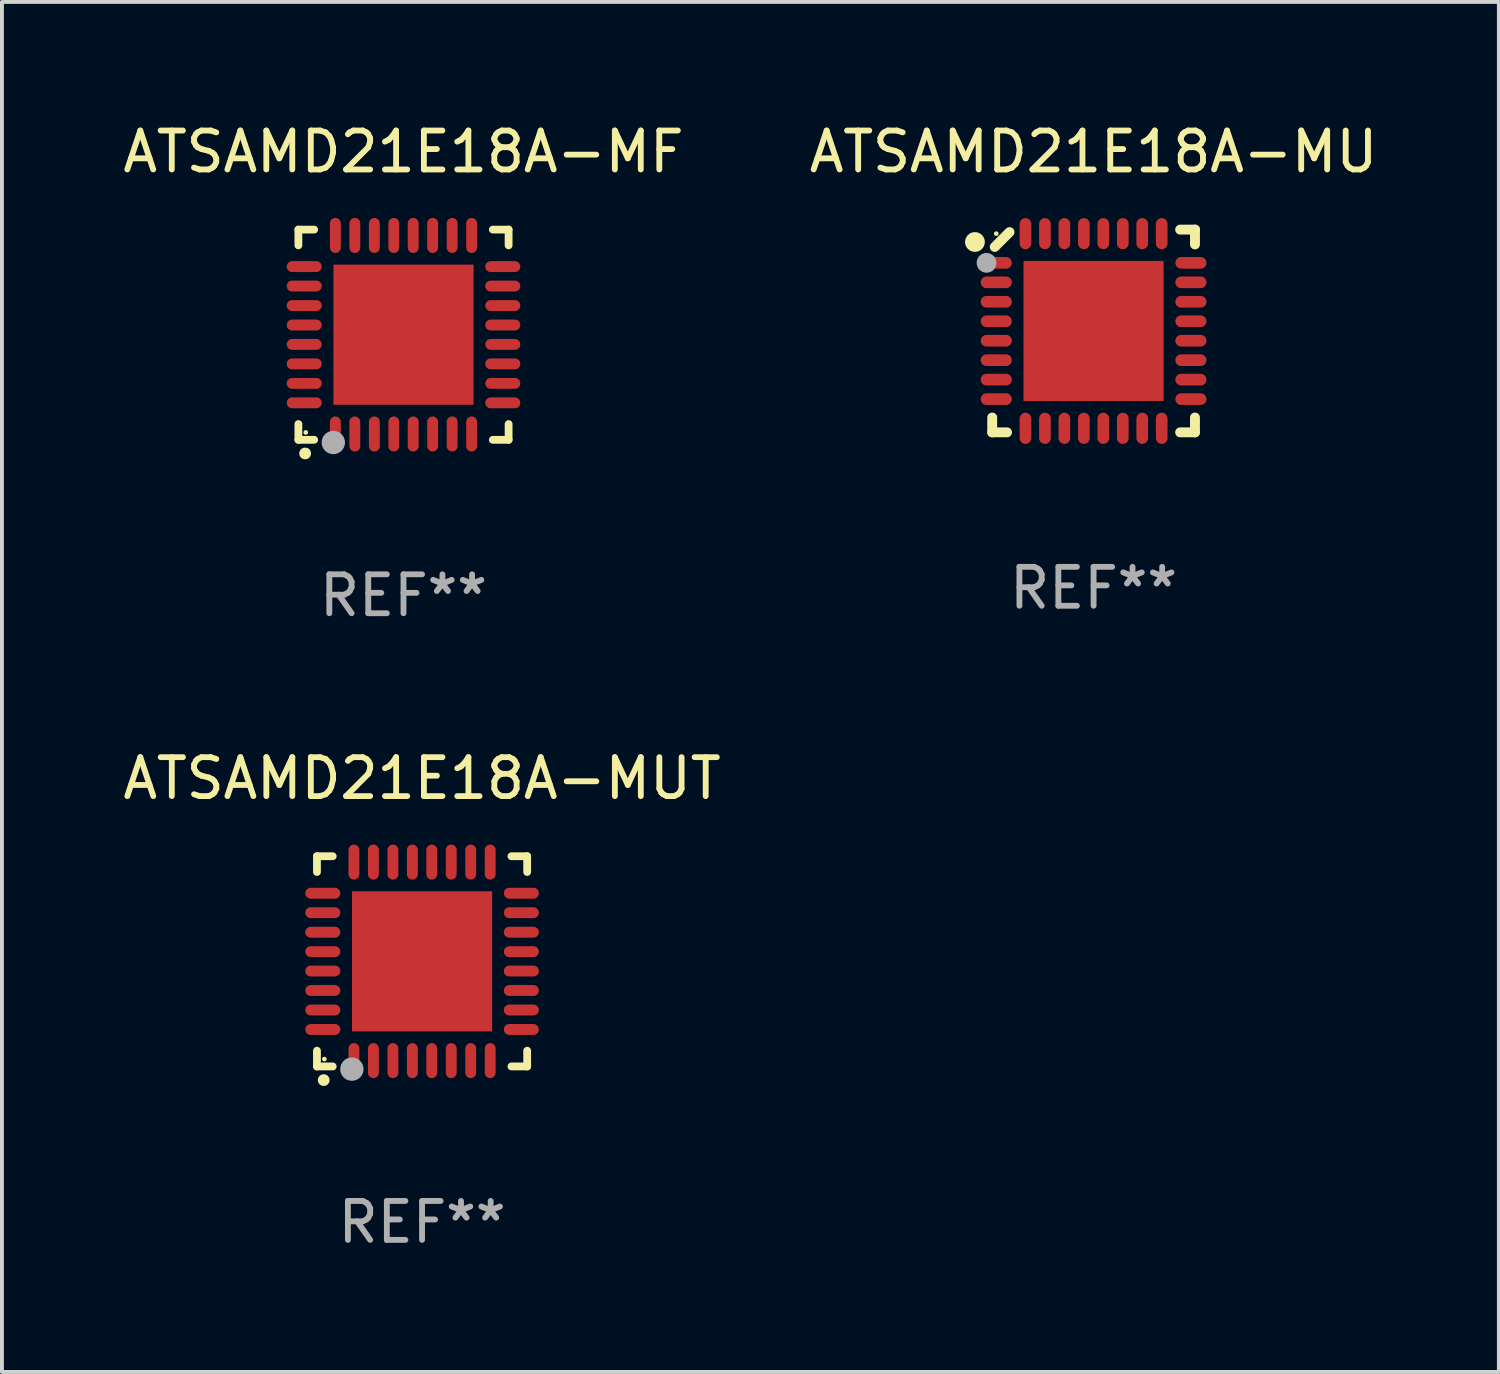
<source format=kicad_pcb>
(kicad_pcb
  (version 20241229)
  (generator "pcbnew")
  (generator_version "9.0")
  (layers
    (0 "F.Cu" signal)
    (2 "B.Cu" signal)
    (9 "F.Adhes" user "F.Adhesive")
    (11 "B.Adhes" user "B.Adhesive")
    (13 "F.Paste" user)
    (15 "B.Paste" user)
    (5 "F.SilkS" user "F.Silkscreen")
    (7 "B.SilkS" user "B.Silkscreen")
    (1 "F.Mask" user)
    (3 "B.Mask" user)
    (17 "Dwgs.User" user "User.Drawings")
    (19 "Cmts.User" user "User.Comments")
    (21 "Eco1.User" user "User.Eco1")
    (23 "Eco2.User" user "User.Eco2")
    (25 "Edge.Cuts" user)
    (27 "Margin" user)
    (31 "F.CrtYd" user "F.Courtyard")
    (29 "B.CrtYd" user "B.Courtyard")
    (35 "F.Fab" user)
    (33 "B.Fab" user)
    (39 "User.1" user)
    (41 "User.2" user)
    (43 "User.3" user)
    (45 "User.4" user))
  (footprint "ATSAMD21E18A-MUT"
    (layer "F.Cu")
    (at 7.792 21.645)
    (property "Reference" "ATSAMD21E18A-MUT" (at 0 -4.7 0) (layer "F.SilkS") (effects (font (size 1 1) (thickness 0.15))))
    (attr through_hole)
    (fp_line (start -2.7 -2.7) (end -2.295 -2.7) (stroke (width 0.2) (type solid)) (layer "F.SilkS"))
    (fp_line (start -2.7 -2.295) (end -2.7 -2.7) (stroke (width 0.2) (type solid)) (layer "F.SilkS"))
    (fp_line (start -2.7 2.7) (end -2.7 2.295) (stroke (width 0.2) (type solid)) (layer "F.SilkS"))
    (fp_line (start -2.295 2.7) (end -2.7 2.7) (stroke (width 0.2) (type solid)) (layer "F.SilkS"))
    (fp_line (start 2.295 2.7) (end 2.7 2.7) (stroke (width 0.2) (type solid)) (layer "F.SilkS"))
    (fp_line (start 2.7 -2.7) (end 2.295 -2.7) (stroke (width 0.2) (type solid)) (layer "F.SilkS"))
    (fp_line (start 2.7 -2.295) (end 2.7 -2.7) (stroke (width 0.2) (type solid)) (layer "F.SilkS"))
    (fp_line (start 2.7 2.7) (end 2.7 2.295) (stroke (width 0.2) (type solid)) (layer "F.SilkS"))
    (fp_arc (start -2.527889 3.050546) (mid -2.526619 3.050541) (end -2.525349 3.050546) (stroke (width 0.3) (type solid)) (layer "F.SilkS"))
    (fp_circle (center -2.51 2.51) (end -2.48 2.51) (stroke (width 0.06) (type solid)) (fill no) (layer "F.SilkS"))
    (fp_circle (center -1.803 2.769) (end -1.653 2.769) (stroke (width 0.3) (type solid)) (fill no) (layer "F.Fab"))
    (fp_text user "REF**" (at 0 6.7 0) (layer "F.Fab") (effects (font (size 1 1) (thickness 0.15))))
    (pad "1" smd oval (at -1.75 2.55) (size 0.28 0.9) (layers "F.Cu" "F.Mask" "F.Paste"))
    (pad "2" smd oval (at -1.25 2.55) (size 0.28 0.9) (layers "F.Cu" "F.Mask" "F.Paste"))
    (pad "3" smd oval (at -0.749 2.55) (size 0.28 0.9) (layers "F.Cu" "F.Mask" "F.Paste"))
    (pad "4" smd oval (at -0.249 2.55) (size 0.28 0.9) (layers "F.Cu" "F.Mask" "F.Paste"))
    (pad "5" smd oval (at 0.249 2.55) (size 0.28 0.9) (layers "F.Cu" "F.Mask" "F.Paste"))
    (pad "6" smd oval (at 0.749 2.55) (size 0.28 0.9) (layers "F.Cu" "F.Mask" "F.Paste"))
    (pad "7" smd oval (at 1.25 2.55) (size 0.28 0.9) (layers "F.Cu" "F.Mask" "F.Paste"))
    (pad "8" smd oval (at 1.75 2.55) (size 0.28 0.9) (layers "F.Cu" "F.Mask" "F.Paste"))
    (pad "9" smd oval (at 2.55 1.75) (size 0.9 0.28) (layers "F.Cu" "F.Mask" "F.Paste"))
    (pad "10" smd oval (at 2.55 1.25) (size 0.9 0.28) (layers "F.Cu" "F.Mask" "F.Paste"))
    (pad "11" smd oval (at 2.55 0.749) (size 0.9 0.28) (layers "F.Cu" "F.Mask" "F.Paste"))
    (pad "12" smd oval (at 2.55 0.249) (size 0.9 0.28) (layers "F.Cu" "F.Mask" "F.Paste"))
    (pad "13" smd oval (at 2.55 -0.249) (size 0.9 0.28) (layers "F.Cu" "F.Mask" "F.Paste"))
    (pad "14" smd oval (at 2.55 -0.749) (size 0.9 0.28) (layers "F.Cu" "F.Mask" "F.Paste"))
    (pad "15" smd oval (at 2.55 -1.25) (size 0.9 0.28) (layers "F.Cu" "F.Mask" "F.Paste"))
    (pad "16" smd oval (at 2.55 -1.75) (size 0.9 0.28) (layers "F.Cu" "F.Mask" "F.Paste"))
    (pad "17" smd oval (at 1.75 -2.55) (size 0.28 0.9) (layers "F.Cu" "F.Mask" "F.Paste"))
    (pad "18" smd oval (at 1.25 -2.55) (size 0.28 0.9) (layers "F.Cu" "F.Mask" "F.Paste"))
    (pad "19" smd oval (at 0.749 -2.55) (size 0.28 0.9) (layers "F.Cu" "F.Mask" "F.Paste"))
    (pad "20" smd oval (at 0.249 -2.55) (size 0.28 0.9) (layers "F.Cu" "F.Mask" "F.Paste"))
    (pad "21" smd oval (at -0.249 -2.55) (size 0.28 0.9) (layers "F.Cu" "F.Mask" "F.Paste"))
    (pad "22" smd oval (at -0.749 -2.55) (size 0.28 0.9) (layers "F.Cu" "F.Mask" "F.Paste"))
    (pad "23" smd oval (at -1.25 -2.55) (size 0.28 0.9) (layers "F.Cu" "F.Mask" "F.Paste"))
    (pad "24" smd oval (at -1.75 -2.55) (size 0.28 0.9) (layers "F.Cu" "F.Mask" "F.Paste"))
    (pad "25" smd oval (at -2.55 -1.75) (size 0.9 0.28) (layers "F.Cu" "F.Mask" "F.Paste"))
    (pad "26" smd oval (at -2.55 -1.25) (size 0.9 0.28) (layers "F.Cu" "F.Mask" "F.Paste"))
    (pad "27" smd oval (at -2.55 -0.749) (size 0.9 0.28) (layers "F.Cu" "F.Mask" "F.Paste"))
    (pad "28" smd oval (at -2.55 -0.249) (size 0.9 0.28) (layers "F.Cu" "F.Mask" "F.Paste"))
    (pad "29" smd oval (at -2.55 0.249) (size 0.9 0.28) (layers "F.Cu" "F.Mask" "F.Paste"))
    (pad "30" smd oval (at -2.55 0.749) (size 0.9 0.28) (layers "F.Cu" "F.Mask" "F.Paste"))
    (pad "31" smd oval (at -2.55 1.25) (size 0.9 0.28) (layers "F.Cu" "F.Mask" "F.Paste"))
    (pad "32" smd oval (at -2.55 1.75) (size 0.9 0.28) (layers "F.Cu" "F.Mask" "F.Paste"))
    (pad "33" smd rect (at 0.000203 -0.000102) (size 3.6 3.6) (layers "F.Cu" "F.Mask" "F.Paste")))
  (footprint "ATSAMD21E18A-MU"
    (layer "F.Cu")
    (at 25.042 5.452)
    (property "Reference" "ATSAMD21E18A-MU" (at 0 -4.604 0) (layer "F.SilkS") (effects (font (size 1 1) (thickness 0.15))))
    (attr through_hole)
    (fp_line (start -2.604 2.223) (end -2.604 2.604) (stroke (width 0.254) (type solid)) (layer "F.SilkS"))
    (fp_line (start -2.604 2.604) (end -2.223 2.604) (stroke (width 0.254) (type solid)) (layer "F.SilkS"))
    (fp_line (start -2.159 -2.54) (end -2.54 -2.159) (stroke (width 0.254) (type solid)) (layer "F.SilkS"))
    (fp_line (start 2.223 2.604) (end 2.604 2.604) (stroke (width 0.254) (type solid)) (layer "F.SilkS"))
    (fp_line (start 2.604 -2.604) (end 2.223 -2.604) (stroke (width 0.254) (type solid)) (layer "F.SilkS"))
    (fp_line (start 2.604 -2.223) (end 2.604 -2.604) (stroke (width 0.254) (type solid)) (layer "F.SilkS"))
    (fp_line (start 2.604 2.604) (end 2.604 2.223) (stroke (width 0.254) (type solid)) (layer "F.SilkS"))
    (fp_circle (center -3.048 -2.286) (end -2.921 -2.286) (stroke (width 0.254) (type solid)) (fill no) (layer "F.SilkS"))
    (fp_circle (center -2.5 -2.5) (end -2.47 -2.5) (stroke (width 0.06) (type solid)) (fill no) (layer "F.SilkS"))
    (fp_circle (center -2.75 -1.75) (end -2.623 -1.75) (stroke (width 0.254) (type solid)) (fill no) (layer "F.Fab"))
    (fp_text user "REF**" (at 0 6.604 0) (layer "F.Fab") (effects (font (size 1 1) (thickness 0.15))))
    (pad "1" smd oval (at -2.5 -1.75) (size 0.8 0.3) (layers "F.Cu" "F.Mask" "F.Paste"))
    (pad "2" smd oval (at -2.5 -1.25) (size 0.8 0.3) (layers "F.Cu" "F.Mask" "F.Paste"))
    (pad "3" smd oval (at -2.5 -0.75) (size 0.8 0.3) (layers "F.Cu" "F.Mask" "F.Paste"))
    (pad "4" smd oval (at -2.5 -0.25) (size 0.8 0.3) (layers "F.Cu" "F.Mask" "F.Paste"))
    (pad "5" smd oval (at -2.5 0.25) (size 0.8 0.3) (layers "F.Cu" "F.Mask" "F.Paste"))
    (pad "6" smd oval (at -2.5 0.75) (size 0.8 0.3) (layers "F.Cu" "F.Mask" "F.Paste"))
    (pad "7" smd oval (at -2.5 1.25) (size 0.8 0.3) (layers "F.Cu" "F.Mask" "F.Paste"))
    (pad "8" smd oval (at -2.5 1.75) (size 0.8 0.3) (layers "F.Cu" "F.Mask" "F.Paste"))
    (pad "9" smd oval (at -1.75 2.5) (size 0.3 0.8) (layers "F.Cu" "F.Mask" "F.Paste"))
    (pad "10" smd oval (at -1.25 2.5) (size 0.3 0.8) (layers "F.Cu" "F.Mask" "F.Paste"))
    (pad "11" smd oval (at -0.75 2.5) (size 0.3 0.8) (layers "F.Cu" "F.Mask" "F.Paste"))
    (pad "12" smd oval (at -0.25 2.5) (size 0.3 0.8) (layers "F.Cu" "F.Mask" "F.Paste"))
    (pad "13" smd oval (at 0.25 2.5) (size 0.3 0.8) (layers "F.Cu" "F.Mask" "F.Paste"))
    (pad "14" smd oval (at 0.75 2.5) (size 0.3 0.8) (layers "F.Cu" "F.Mask" "F.Paste"))
    (pad "15" smd oval (at 1.25 2.5) (size 0.3 0.8) (layers "F.Cu" "F.Mask" "F.Paste"))
    (pad "16" smd oval (at 1.75 2.5) (size 0.3 0.8) (layers "F.Cu" "F.Mask" "F.Paste"))
    (pad "17" smd oval (at 2.5 1.75) (size 0.8 0.3) (layers "F.Cu" "F.Mask" "F.Paste"))
    (pad "18" smd oval (at 2.5 1.25) (size 0.8 0.3) (layers "F.Cu" "F.Mask" "F.Paste"))
    (pad "19" smd oval (at 2.5 0.75) (size 0.8 0.3) (layers "F.Cu" "F.Mask" "F.Paste"))
    (pad "20" smd oval (at 2.5 0.25) (size 0.8 0.3) (layers "F.Cu" "F.Mask" "F.Paste"))
    (pad "21" smd oval (at 2.5 -0.25) (size 0.8 0.3) (layers "F.Cu" "F.Mask" "F.Paste"))
    (pad "22" smd oval (at 2.5 -0.75) (size 0.8 0.3) (layers "F.Cu" "F.Mask" "F.Paste"))
    (pad "23" smd oval (at 2.5 -1.25) (size 0.8 0.3) (layers "F.Cu" "F.Mask" "F.Paste"))
    (pad "24" smd oval (at 2.5 -1.75) (size 0.8 0.3) (layers "F.Cu" "F.Mask" "F.Paste"))
    (pad "25" smd oval (at 1.75 -2.5) (size 0.3 0.8) (layers "F.Cu" "F.Mask" "F.Paste"))
    (pad "26" smd oval (at 1.25 -2.5) (size 0.3 0.8) (layers "F.Cu" "F.Mask" "F.Paste"))
    (pad "27" smd oval (at 0.75 -2.5) (size 0.3 0.8) (layers "F.Cu" "F.Mask" "F.Paste"))
    (pad "28" smd oval (at 0.25 -2.5) (size 0.3 0.8) (layers "F.Cu" "F.Mask" "F.Paste"))
    (pad "29" smd oval (at -0.25 -2.5) (size 0.3 0.8) (layers "F.Cu" "F.Mask" "F.Paste"))
    (pad "30" smd oval (at -0.75 -2.5) (size 0.3 0.8) (layers "F.Cu" "F.Mask" "F.Paste"))
    (pad "31" smd oval (at -1.25 -2.5) (size 0.3 0.8) (layers "F.Cu" "F.Mask" "F.Paste"))
    (pad "32" smd oval (at -1.75 -2.5) (size 0.3 0.8) (layers "F.Cu" "F.Mask" "F.Paste"))
    (pad "33" smd rect (at -0.000076 0) (size 3.6 3.6) (layers "F.Cu" "F.Mask" "F.Paste")))
  (footprint "ATSAMD21E18A-MF"
    (layer "F.Cu")
    (at 7.315 5.548)
    (property "Reference" "ATSAMD21E18A-MF" (at 0 -4.7 0) (layer "F.SilkS") (effects (font (size 1 1) (thickness 0.15))))
    (attr through_hole)
    (fp_line (start -2.7 -2.7) (end -2.295 -2.7) (stroke (width 0.2) (type solid)) (layer "F.SilkS"))
    (fp_line (start -2.7 -2.295) (end -2.7 -2.7) (stroke (width 0.2) (type solid)) (layer "F.SilkS"))
    (fp_line (start -2.7 2.7) (end -2.7 2.295) (stroke (width 0.2) (type solid)) (layer "F.SilkS"))
    (fp_line (start -2.295 2.7) (end -2.7 2.7) (stroke (width 0.2) (type solid)) (layer "F.SilkS"))
    (fp_line (start 2.295 2.7) (end 2.7 2.7) (stroke (width 0.2) (type solid)) (layer "F.SilkS"))
    (fp_line (start 2.7 -2.7) (end 2.295 -2.7) (stroke (width 0.2) (type solid)) (layer "F.SilkS"))
    (fp_line (start 2.7 -2.295) (end 2.7 -2.7) (stroke (width 0.2) (type solid)) (layer "F.SilkS"))
    (fp_line (start 2.7 2.7) (end 2.7 2.295) (stroke (width 0.2) (type solid)) (layer "F.SilkS"))
    (fp_arc (start -2.527889 3.050546) (mid -2.526619 3.050541) (end -2.525349 3.050546) (stroke (width 0.3) (type solid)) (layer "F.SilkS"))
    (fp_circle (center -2.51 2.51) (end -2.48 2.51) (stroke (width 0.06) (type solid)) (fill no) (layer "F.SilkS"))
    (fp_circle (center -1.803 2.769) (end -1.653 2.769) (stroke (width 0.3) (type solid)) (fill no) (layer "F.Fab"))
    (fp_text user "REF**" (at 0 6.7 0) (layer "F.Fab") (effects (font (size 1 1) (thickness 0.15))))
    (pad "1" smd oval (at -1.75 2.55) (size 0.28 0.9) (layers "F.Cu" "F.Mask" "F.Paste"))
    (pad "2" smd oval (at -1.25 2.55) (size 0.28 0.9) (layers "F.Cu" "F.Mask" "F.Paste"))
    (pad "3" smd oval (at -0.749 2.55) (size 0.28 0.9) (layers "F.Cu" "F.Mask" "F.Paste"))
    (pad "4" smd oval (at -0.249 2.55) (size 0.28 0.9) (layers "F.Cu" "F.Mask" "F.Paste"))
    (pad "5" smd oval (at 0.249 2.55) (size 0.28 0.9) (layers "F.Cu" "F.Mask" "F.Paste"))
    (pad "6" smd oval (at 0.749 2.55) (size 0.28 0.9) (layers "F.Cu" "F.Mask" "F.Paste"))
    (pad "7" smd oval (at 1.25 2.55) (size 0.28 0.9) (layers "F.Cu" "F.Mask" "F.Paste"))
    (pad "8" smd oval (at 1.75 2.55) (size 0.28 0.9) (layers "F.Cu" "F.Mask" "F.Paste"))
    (pad "9" smd oval (at 2.55 1.75) (size 0.9 0.28) (layers "F.Cu" "F.Mask" "F.Paste"))
    (pad "10" smd oval (at 2.55 1.25) (size 0.9 0.28) (layers "F.Cu" "F.Mask" "F.Paste"))
    (pad "11" smd oval (at 2.55 0.749) (size 0.9 0.28) (layers "F.Cu" "F.Mask" "F.Paste"))
    (pad "12" smd oval (at 2.55 0.249) (size 0.9 0.28) (layers "F.Cu" "F.Mask" "F.Paste"))
    (pad "13" smd oval (at 2.55 -0.249) (size 0.9 0.28) (layers "F.Cu" "F.Mask" "F.Paste"))
    (pad "14" smd oval (at 2.55 -0.749) (size 0.9 0.28) (layers "F.Cu" "F.Mask" "F.Paste"))
    (pad "15" smd oval (at 2.55 -1.25) (size 0.9 0.28) (layers "F.Cu" "F.Mask" "F.Paste"))
    (pad "16" smd oval (at 2.55 -1.75) (size 0.9 0.28) (layers "F.Cu" "F.Mask" "F.Paste"))
    (pad "17" smd oval (at 1.75 -2.55) (size 0.28 0.9) (layers "F.Cu" "F.Mask" "F.Paste"))
    (pad "18" smd oval (at 1.25 -2.55) (size 0.28 0.9) (layers "F.Cu" "F.Mask" "F.Paste"))
    (pad "19" smd oval (at 0.749 -2.55) (size 0.28 0.9) (layers "F.Cu" "F.Mask" "F.Paste"))
    (pad "20" smd oval (at 0.249 -2.55) (size 0.28 0.9) (layers "F.Cu" "F.Mask" "F.Paste"))
    (pad "21" smd oval (at -0.249 -2.55) (size 0.28 0.9) (layers "F.Cu" "F.Mask" "F.Paste"))
    (pad "22" smd oval (at -0.749 -2.55) (size 0.28 0.9) (layers "F.Cu" "F.Mask" "F.Paste"))
    (pad "23" smd oval (at -1.25 -2.55) (size 0.28 0.9) (layers "F.Cu" "F.Mask" "F.Paste"))
    (pad "24" smd oval (at -1.75 -2.55) (size 0.28 0.9) (layers "F.Cu" "F.Mask" "F.Paste"))
    (pad "25" smd oval (at -2.55 -1.75) (size 0.9 0.28) (layers "F.Cu" "F.Mask" "F.Paste"))
    (pad "26" smd oval (at -2.55 -1.25) (size 0.9 0.28) (layers "F.Cu" "F.Mask" "F.Paste"))
    (pad "27" smd oval (at -2.55 -0.749) (size 0.9 0.28) (layers "F.Cu" "F.Mask" "F.Paste"))
    (pad "28" smd oval (at -2.55 -0.249) (size 0.9 0.28) (layers "F.Cu" "F.Mask" "F.Paste"))
    (pad "29" smd oval (at -2.55 0.249) (size 0.9 0.28) (layers "F.Cu" "F.Mask" "F.Paste"))
    (pad "30" smd oval (at -2.55 0.749) (size 0.9 0.28) (layers "F.Cu" "F.Mask" "F.Paste"))
    (pad "31" smd oval (at -2.55 1.25) (size 0.9 0.28) (layers "F.Cu" "F.Mask" "F.Paste"))
    (pad "32" smd oval (at -2.55 1.75) (size 0.9 0.28) (layers "F.Cu" "F.Mask" "F.Paste"))
    (pad "33" smd rect (at 0.000203 -0.000102) (size 3.6 3.6) (layers "F.Cu" "F.Mask" "F.Paste")))
  (gr_rect
    (start -3 -3)
    (end 35.452 32.193)
    (stroke (width 0.1) (type default))
    (fill no)
    (layer "Edge.Cuts")))
</source>
